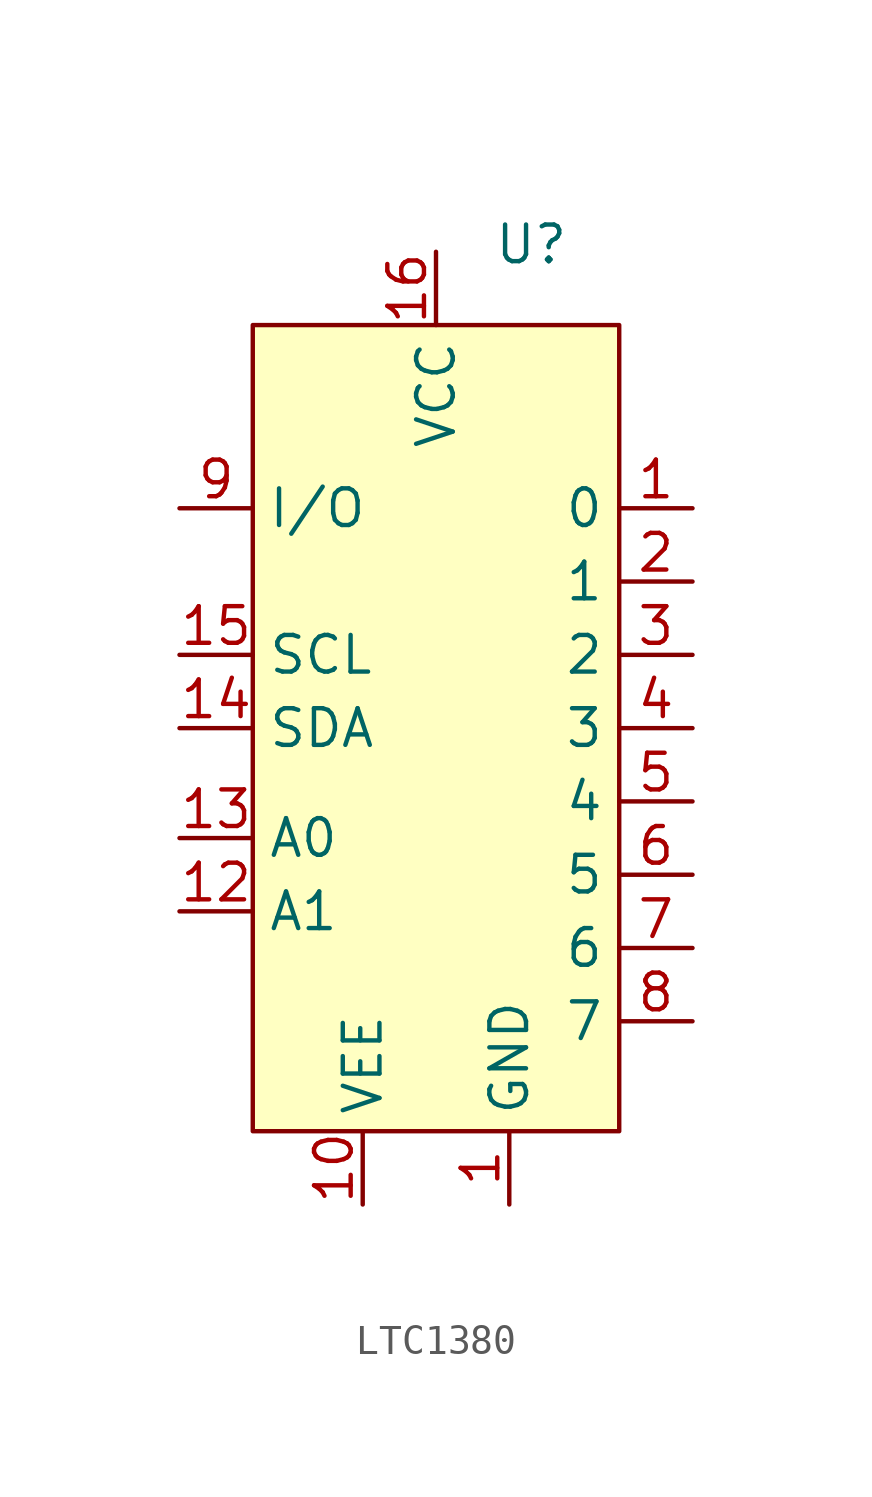
<source format=kicad_sym>
(kicad_symbol_lib
  (version 20241209)
  (generator "kicad_symbol_editor")
  (generator_version "9.0")
  (symbol "LTC1380"
    (property "Reference" "U"
      (at 9.652 9.144 0)
      (effects (font (size 1.27 1.27))))
    (property "Value" ""
      (at 0 0 0)
      (effects (font (size 1.27 1.27))))
    (symbol "LTC1380_1_1"
      (rectangle (start 0 6.35) (end 12.7 -21.59) (stroke (width 0) (type solid)) (fill (type background)))
      (pin bidirectional line (at -2.54 0 0) (length 2.54) (name "I/O" (effects (font (size 1.27 1.27)))) (number "9" (effects (font (size 1.27 1.27)))))
      (pin bidirectional line (at -2.54 -5.08 0) (length 2.54) (name "SCL" (effects (font (size 1.27 1.27)))) (number "15" (effects (font (size 1.27 1.27)))))
      (pin bidirectional line (at -2.54 -7.62 0) (length 2.54) (name "SDA" (effects (font (size 1.27 1.27)))) (number "14" (effects (font (size 1.27 1.27)))))
      (pin input line (at -2.54 -11.43 0) (length 2.54) (name "A0" (effects (font (size 1.27 1.27)))) (number "13" (effects (font (size 1.27 1.27)))))
      (pin input line (at -2.54 -13.97 0) (length 2.54) (name "A1" (effects (font (size 1.27 1.27)))) (number "12" (effects (font (size 1.27 1.27)))))
      (pin power_in line (at 3.81 -24.13 90) (length 2.54) (name "VEE" (effects (font (size 1.27 1.27)))) (number "10" (effects (font (size 1.27 1.27)))))
      (pin power_in line (at 6.35 8.89 270) (length 2.54) (name "VCC" (effects (font (size 1.27 1.27)))) (number "16" (effects (font (size 1.27 1.27)))))
      (pin power_out line (at 8.89 -24.13 90) (length 2.54) (name "GND" (effects (font (size 1.27 1.27)))) (number "1" (effects (font (size 1.27 1.27)))))
      (pin bidirectional line (at 15.24 0 180) (length 2.54) (name "0" (effects (font (size 1.27 1.27)))) (number "1" (effects (font (size 1.27 1.27)))))
      (pin bidirectional line (at 15.24 -2.54 180) (length 2.54) (name "1" (effects (font (size 1.27 1.27)))) (number "2" (effects (font (size 1.27 1.27)))))
      (pin bidirectional line (at 15.24 -5.08 180) (length 2.54) (name "2" (effects (font (size 1.27 1.27)))) (number "3" (effects (font (size 1.27 1.27)))))
      (pin bidirectional line (at 15.24 -7.62 180) (length 2.54) (name "3" (effects (font (size 1.27 1.27)))) (number "4" (effects (font (size 1.27 1.27)))))
      (pin bidirectional line (at 15.24 -10.16 180) (length 2.54) (name "4" (effects (font (size 1.27 1.27)))) (number "5" (effects (font (size 1.27 1.27)))))
      (pin bidirectional line (at 15.24 -12.7 180) (length 2.54) (name "5" (effects (font (size 1.27 1.27)))) (number "6" (effects (font (size 1.27 1.27)))))
      (pin bidirectional line (at 15.24 -15.24 180) (length 2.54) (name "6" (effects (font (size 1.27 1.27)))) (number "7" (effects (font (size 1.27 1.27)))))
      (pin bidirectional line (at 15.24 -17.78 180) (length 2.54) (name "7" (effects (font (size 1.27 1.27)))) (number "8" (effects (font (size 1.27 1.27))))))))
</source>
